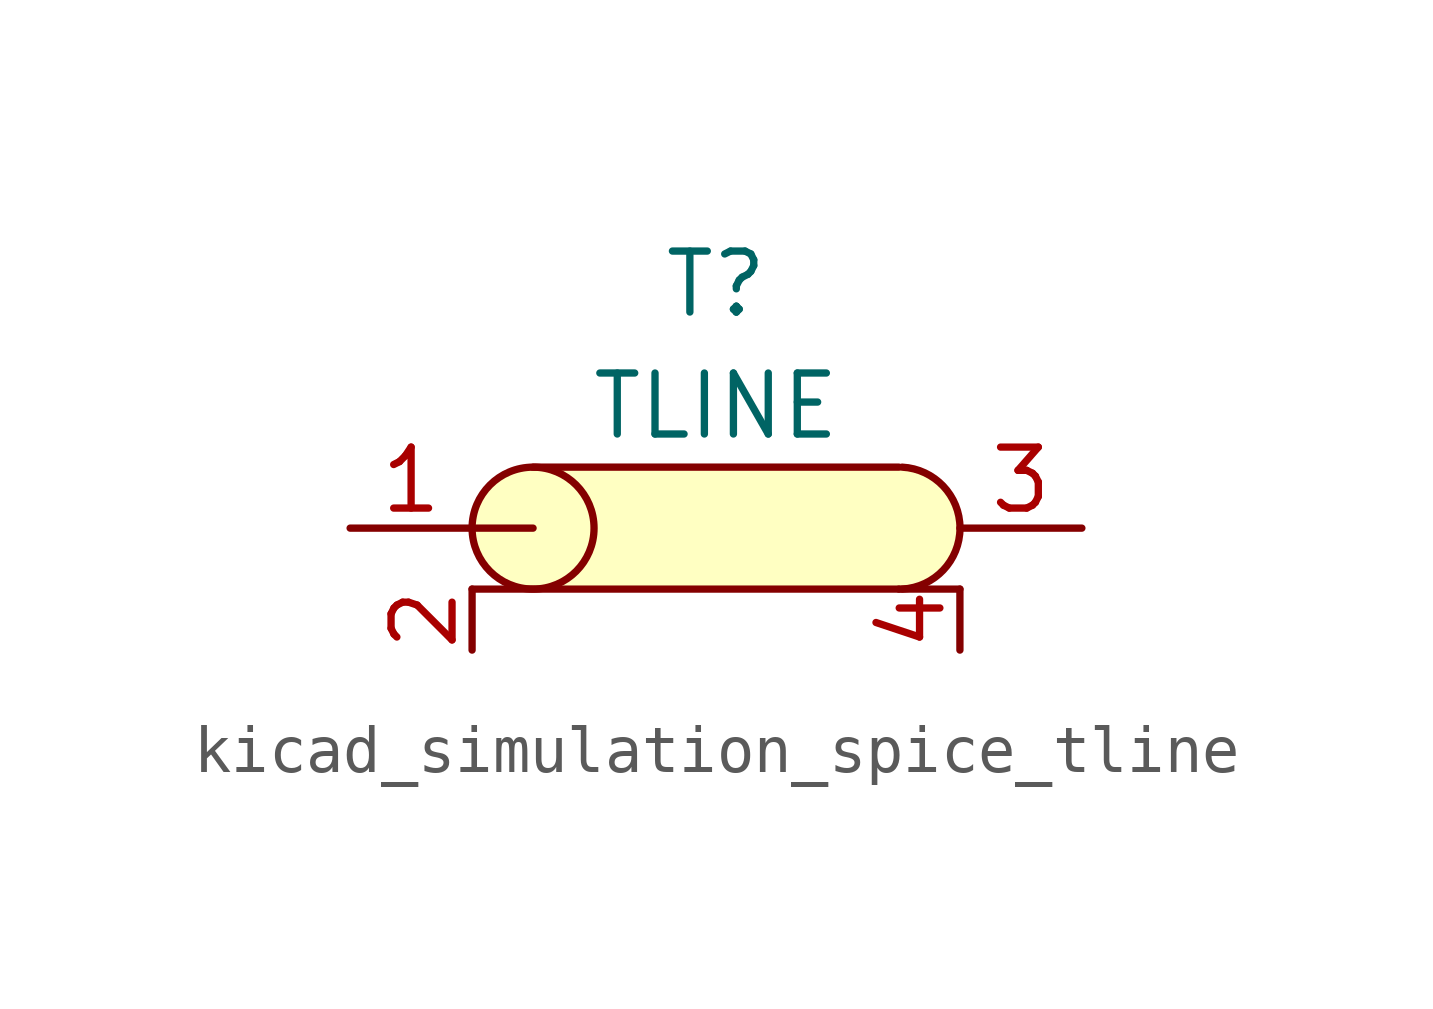
<source format=kicad_sym>
(kicad_symbol_lib
  (version 20220914)
  (generator kicad_symbol_editor)
  (symbol "kicad_simulation_spice_tline"
    (property "Reference" "T"
      (at 0 5.08 0)
      (effects (font (size 1.27 1.27))))
    (property "Value" "TLINE"
      (at 0 2.54 0)
      (effects (font (size 1.27 1.27))))
    (symbol "kicad_simulation_spice_tline_0_1"
      (circle (center -3.81 0) (radius 1.27) (stroke (width 0) (type default)) (fill (type none)))
      (circle (center -3.81 0) (radius 1.27) (stroke (width -0.0001) (type default)) (fill (type background)))
      (rectangle (start -3.81 1.27) (end 3.81 -1.27) (stroke (width -0.0001) (type default)) (fill (type background)))
      (polyline (pts (xy -5.08 -1.27) (xy 3.81 -1.27)) (stroke (width 0) (type default)) (fill (type none)))
      (polyline (pts (xy -3.81 0) (xy -5.08 0)) (stroke (width 0) (type default)) (fill (type none)))
      (polyline (pts (xy -3.81 1.27) (xy 3.81 1.27)) (stroke (width 0) (type default)) (fill (type none)))
      (polyline (pts (xy 5.08 -1.27) (xy 3.81 -1.27)) (stroke (width 0) (type default)) (fill (type none)))
      (circle (center 3.81 0) (radius 1.27) (stroke (width -0.0001) (type default)) (fill (type background)))
      (arc (start 3.8776 -1.27) (mid 5.0818 0) (end 3.8776 1.27) (stroke (width 0) (type default)) (fill (type none))))
    (symbol "kicad_simulation_spice_tline_1_1"
      (pin passive line (at -7.62 0 0) (length 2.54) (name "" (effects (font (size 1.27 1.27)))) (number "1" (effects (font (size 1.27 1.27)))))
      (pin passive line (at -5.08 -2.54 90) (length 1.27) (name "" (effects (font (size 1.27 1.27)))) (number "2" (effects (font (size 1.27 1.27)))))
      (pin passive line (at 7.62 0 180) (length 2.54) (name "" (effects (font (size 1.27 1.27)))) (number "3" (effects (font (size 1.27 1.27)))))
      (pin passive line (at 5.08 -2.54 90) (length 1.27) (name "" (effects (font (size 1.27 1.27)))) (number "4" (effects (font (size 1.27 1.27))))))))
</source>
